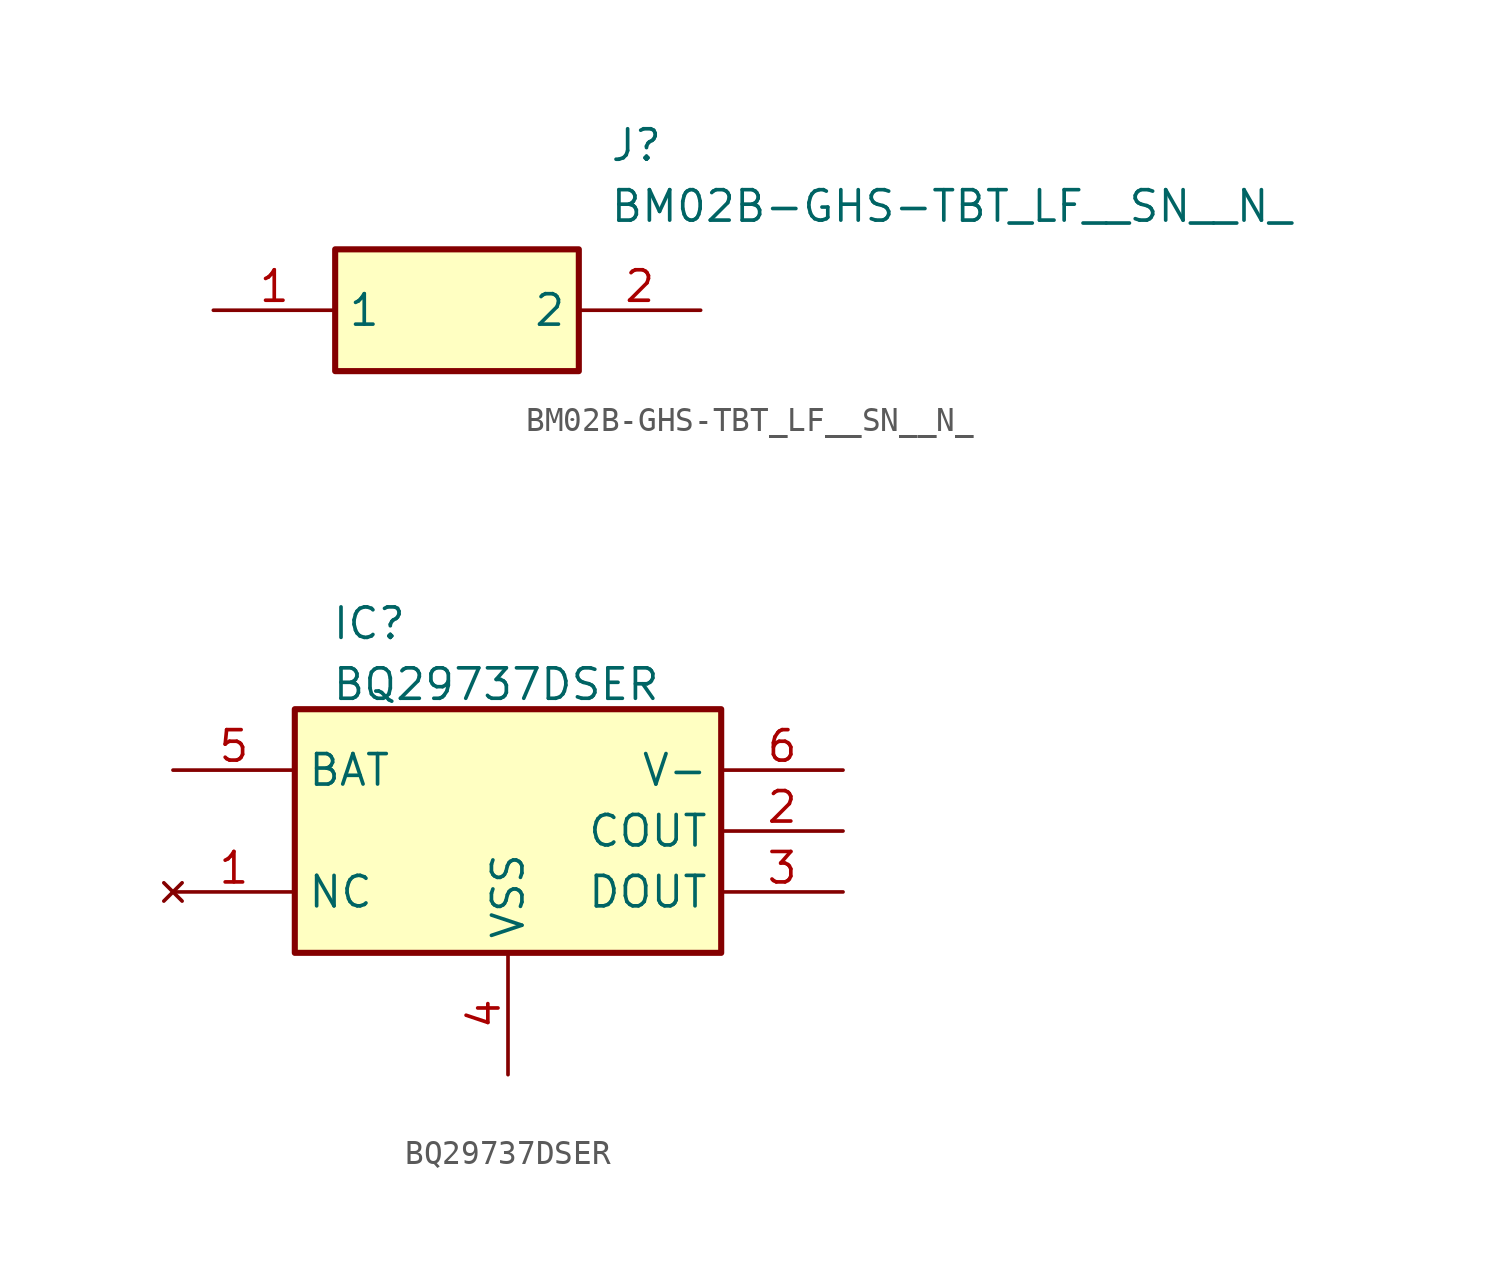
<source format=kicad_sym>
(kicad_symbol_lib
  (version 20241209)
  (generator "kicad_symbol_editor")
  (generator_version "9.0")
  (symbol "BM02B-GHS-TBT_LF__SN__N_"
    (property "Reference" "J"
      (at 16.51 7.62 0)
      (effects (font (size 1.27 1.27)) (justify left top)))
    (property "Value" "BM02B-GHS-TBT_LF__SN__N_"
      (at 16.51 5.08 0)
      (effects (font (size 1.27 1.27)) (justify left top)))
    (symbol "BM02B-GHS-TBT_LF__SN__N__1_1"
      (rectangle (start 5.08 2.54) (end 15.24 -2.54) (stroke (width 0.254) (type default)) (fill (type background)))
      (pin passive line (at 0 0 0) (length 5.08) (name "1" (effects (font (size 1.27 1.27)))) (number "1" (effects (font (size 1.27 1.27)))))
      (pin passive line (at 20.32 0 180) (length 5.08) (name "2" (effects (font (size 1.27 1.27)))) (number "2" (effects (font (size 1.27 1.27)))))))
  (symbol "BQ29737DSER"
    (property "Reference" "IC"
      (at 1.524 4.318 0)
      (effects (font (size 1.27 1.27)) (justify left top)))
    (property "Value" "BQ29737DSER"
      (at 1.524 1.778 0)
      (effects (font (size 1.27 1.27)) (justify left top)))
    (symbol "BQ29737DSER_1_1"
      (rectangle (start 0 0) (end 17.78 -10.16) (stroke (width 0.254) (type default)) (fill (type background)))
      (pin passive line (at -5.08 -2.54 0) (length 5.08) (name "BAT" (effects (font (size 1.27 1.27)))) (number "5" (effects (font (size 1.27 1.27)))))
      (pin no_connect line (at -5.08 -7.62 0) (length 5.08) (name "NC" (effects (font (size 1.27 1.27)))) (number "1" (effects (font (size 1.27 1.27)))))
      (pin passive line (at 8.89 -15.24 90) (length 5.08) (name "VSS" (effects (font (size 1.27 1.27)))) (number "4" (effects (font (size 1.27 1.27)))))
      (pin passive line (at 22.86 -2.54 180) (length 5.08) (name "V-" (effects (font (size 1.27 1.27)))) (number "6" (effects (font (size 1.27 1.27)))))
      (pin passive line (at 22.86 -5.08 180) (length 5.08) (name "COUT" (effects (font (size 1.27 1.27)))) (number "2" (effects (font (size 1.27 1.27)))))
      (pin passive line (at 22.86 -7.62 180) (length 5.08) (name "DOUT" (effects (font (size 1.27 1.27)))) (number "3" (effects (font (size 1.27 1.27))))))))
</source>
